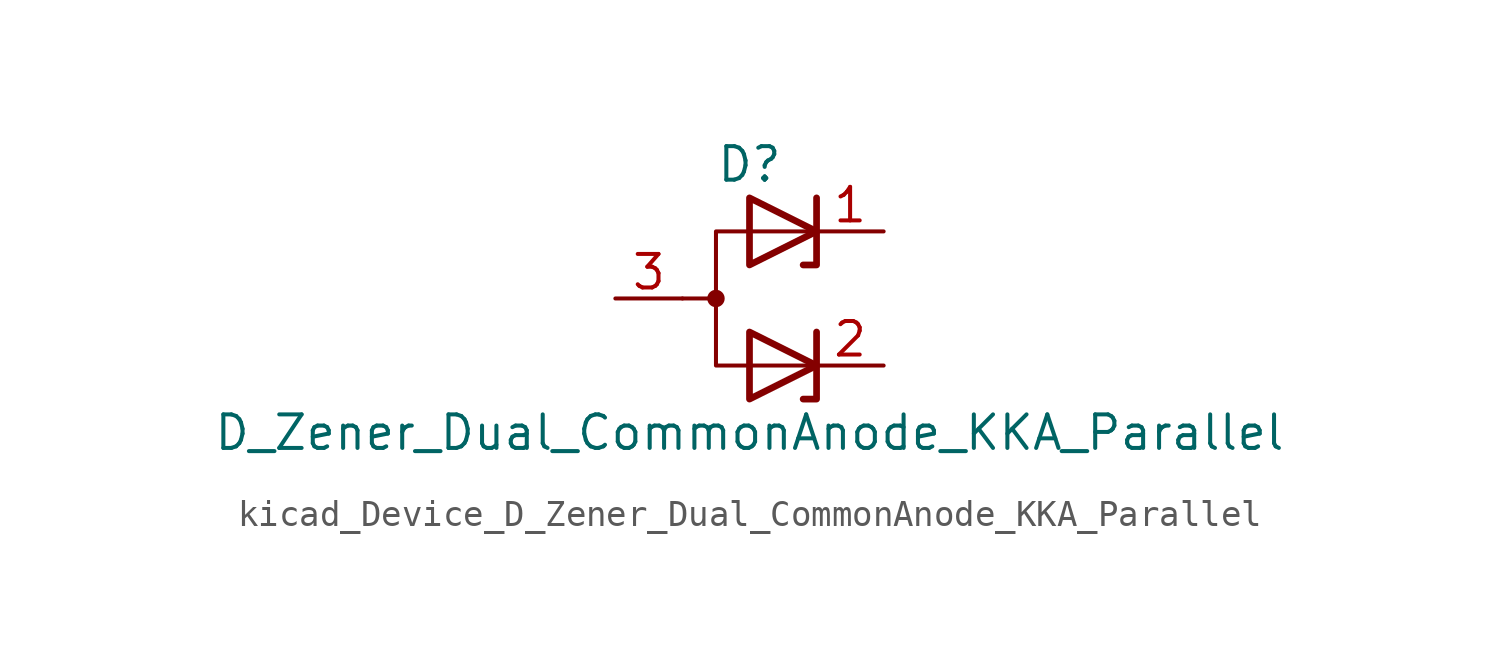
<source format=kicad_sym>
(kicad_symbol_lib
  (version 20220914)
  (generator kicad_symbol_editor)
  (symbol "kicad_Device_D_Zener_Dual_CommonAnode_KKA_Parallel"
    (pin_names
      (offset 0.762) hide)
    (property "Reference" "D"
      (at 0 5.08 0)
      (effects (font (size 1.27 1.27))))
    (property "Value" "D_Zener_Dual_CommonAnode_KKA_Parallel"
      (at 0 -5.08 0)
      (effects (font (size 1.27 1.27))))
    (symbol "kicad_Device_D_Zener_Dual_CommonAnode_KKA_Parallel_0_0"
      (polyline (pts (xy 2.032 1.27) (xy 2.54 1.27) (xy 2.54 3.81)) (stroke (width 0.254) (type default)) (fill (type none)))
      (polyline (pts (xy 2.54 -1.27) (xy 2.54 -3.81) (xy 2.032 -3.81)) (stroke (width 0.254) (type default)) (fill (type none))))
    (symbol "kicad_Device_D_Zener_Dual_CommonAnode_KKA_Parallel_0_1"
      (circle (center -1.27 0) (radius 0.254) (stroke (width 0) (type default)) (fill (type outline)))
      (polyline (pts (xy -1.27 0) (xy -2.54 0)) (stroke (width 0) (type default)) (fill (type none)))
      (polyline (pts (xy 2.54 2.54) (xy -1.27 2.54) (xy -1.27 -2.54) (xy 2.54 -2.54)) (stroke (width 0) (type default)) (fill (type none)))
      (polyline (pts (xy 0 -1.27) (xy 2.54 -2.54) (xy 0 -3.81) (xy 0 -1.27) (xy 0 -1.27) (xy 0 -1.27)) (stroke (width 0.254) (type default)) (fill (type none)))
      (polyline (pts (xy 0 3.81) (xy 2.54 2.54) (xy 0 1.27) (xy 0 3.81) (xy 0 3.81) (xy 0 3.81)) (stroke (width 0.254) (type default)) (fill (type none)))
      (pin passive line (at 5.08 2.54 180) (length 2.54) (name "K" (effects (font (size 1.27 1.27)))) (number "1" (effects (font (size 1.27 1.27)))))
      (pin passive line (at 5.08 -2.54 180) (length 2.54) (name "K" (effects (font (size 1.27 1.27)))) (number "2" (effects (font (size 1.27 1.27)))))
      (pin passive line (at -5.08 0 0) (length 2.54) (name "A" (effects (font (size 1.27 1.27)))) (number "3" (effects (font (size 1.27 1.27))))))))
</source>
